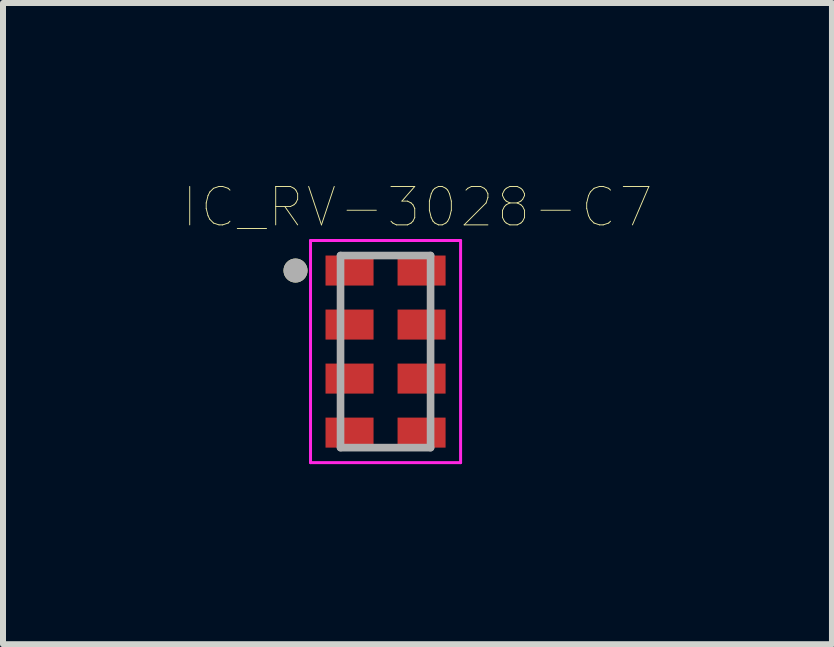
<source format=kicad_pcb>
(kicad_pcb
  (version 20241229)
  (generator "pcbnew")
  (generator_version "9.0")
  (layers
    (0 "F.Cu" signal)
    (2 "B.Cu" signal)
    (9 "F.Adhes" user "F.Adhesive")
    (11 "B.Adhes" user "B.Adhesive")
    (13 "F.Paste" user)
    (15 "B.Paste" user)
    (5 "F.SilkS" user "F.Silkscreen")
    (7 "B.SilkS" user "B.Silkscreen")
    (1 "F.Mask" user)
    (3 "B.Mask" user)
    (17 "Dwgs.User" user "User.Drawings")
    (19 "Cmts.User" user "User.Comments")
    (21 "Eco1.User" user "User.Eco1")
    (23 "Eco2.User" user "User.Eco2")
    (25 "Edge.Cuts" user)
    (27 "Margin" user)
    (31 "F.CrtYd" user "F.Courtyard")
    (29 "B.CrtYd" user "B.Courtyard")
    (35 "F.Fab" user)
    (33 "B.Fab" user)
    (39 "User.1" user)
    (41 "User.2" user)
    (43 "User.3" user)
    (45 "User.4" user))
  (footprint "IC_RV-3028-C7"
    (layer "F.Cu")
    (at 3.373 2.807)
    (property "Reference" "IC_RV-3028-C7" (at 0.532 -2.406 0) (layer "F.SilkS") (effects (font (size 0.64 0.64) (thickness 0.015))))
    (attr through_hole)
    (fp_circle (center -1.5 -1.35) (end -1.4 -1.35) (stroke (width 0.2) (type solid)) (fill no) (layer "F.SilkS"))
    (fp_line (start -1.25 -1.85) (end -1.25 1.85) (stroke (width 0.05) (type solid)) (layer "F.CrtYd"))
    (fp_line (start -1.25 1.85) (end 1.25 1.85) (stroke (width 0.05) (type solid)) (layer "F.CrtYd"))
    (fp_line (start 1.25 -1.85) (end -1.25 -1.85) (stroke (width 0.05) (type solid)) (layer "F.CrtYd"))
    (fp_line (start 1.25 1.85) (end 1.25 -1.85) (stroke (width 0.05) (type solid)) (layer "F.CrtYd"))
    (fp_line (start -0.75 -1.6) (end 0.75 -1.6) (stroke (width 0.127) (type solid)) (layer "F.Fab"))
    (fp_line (start -0.75 1.6) (end -0.75 -1.6) (stroke (width 0.127) (type solid)) (layer "F.Fab"))
    (fp_line (start 0.75 -1.6) (end 0.75 1.6) (stroke (width 0.127) (type solid)) (layer "F.Fab"))
    (fp_line (start 0.75 1.6) (end -0.75 1.6) (stroke (width 0.127) (type solid)) (layer "F.Fab"))
    (fp_circle (center -1.5 -1.35) (end -1.4 -1.35) (stroke (width 0.2) (type solid)) (fill no) (layer "F.Fab"))
    (pad "1" smd rect (at -0.6 -1.35) (size 0.8 0.5) (layers "F.Cu" "F.Mask" "F.Paste"))
    (pad "2" smd rect (at -0.6 -0.45) (size 0.8 0.5) (layers "F.Cu" "F.Mask" "F.Paste"))
    (pad "3" smd rect (at -0.6 0.45) (size 0.8 0.5) (layers "F.Cu" "F.Mask" "F.Paste"))
    (pad "4" smd rect (at -0.6 1.35) (size 0.8 0.5) (layers "F.Cu" "F.Mask" "F.Paste"))
    (pad "5" smd rect (at 0.6 1.35) (size 0.8 0.5) (layers "F.Cu" "F.Mask" "F.Paste"))
    (pad "6" smd rect (at 0.6 0.45) (size 0.8 0.5) (layers "F.Cu" "F.Mask" "F.Paste"))
    (pad "7" smd rect (at 0.6 -0.45) (size 0.8 0.5) (layers "F.Cu" "F.Mask" "F.Paste"))
    (pad "8" smd rect (at 0.6 -1.35) (size 0.8 0.5) (layers "F.Cu" "F.Mask" "F.Paste")))
  (gr_rect
    (start -3 -3)
    (end 10.81 7.682)
    (stroke (width 0.1) (type default))
    (fill no)
    (layer "Edge.Cuts")))
</source>
